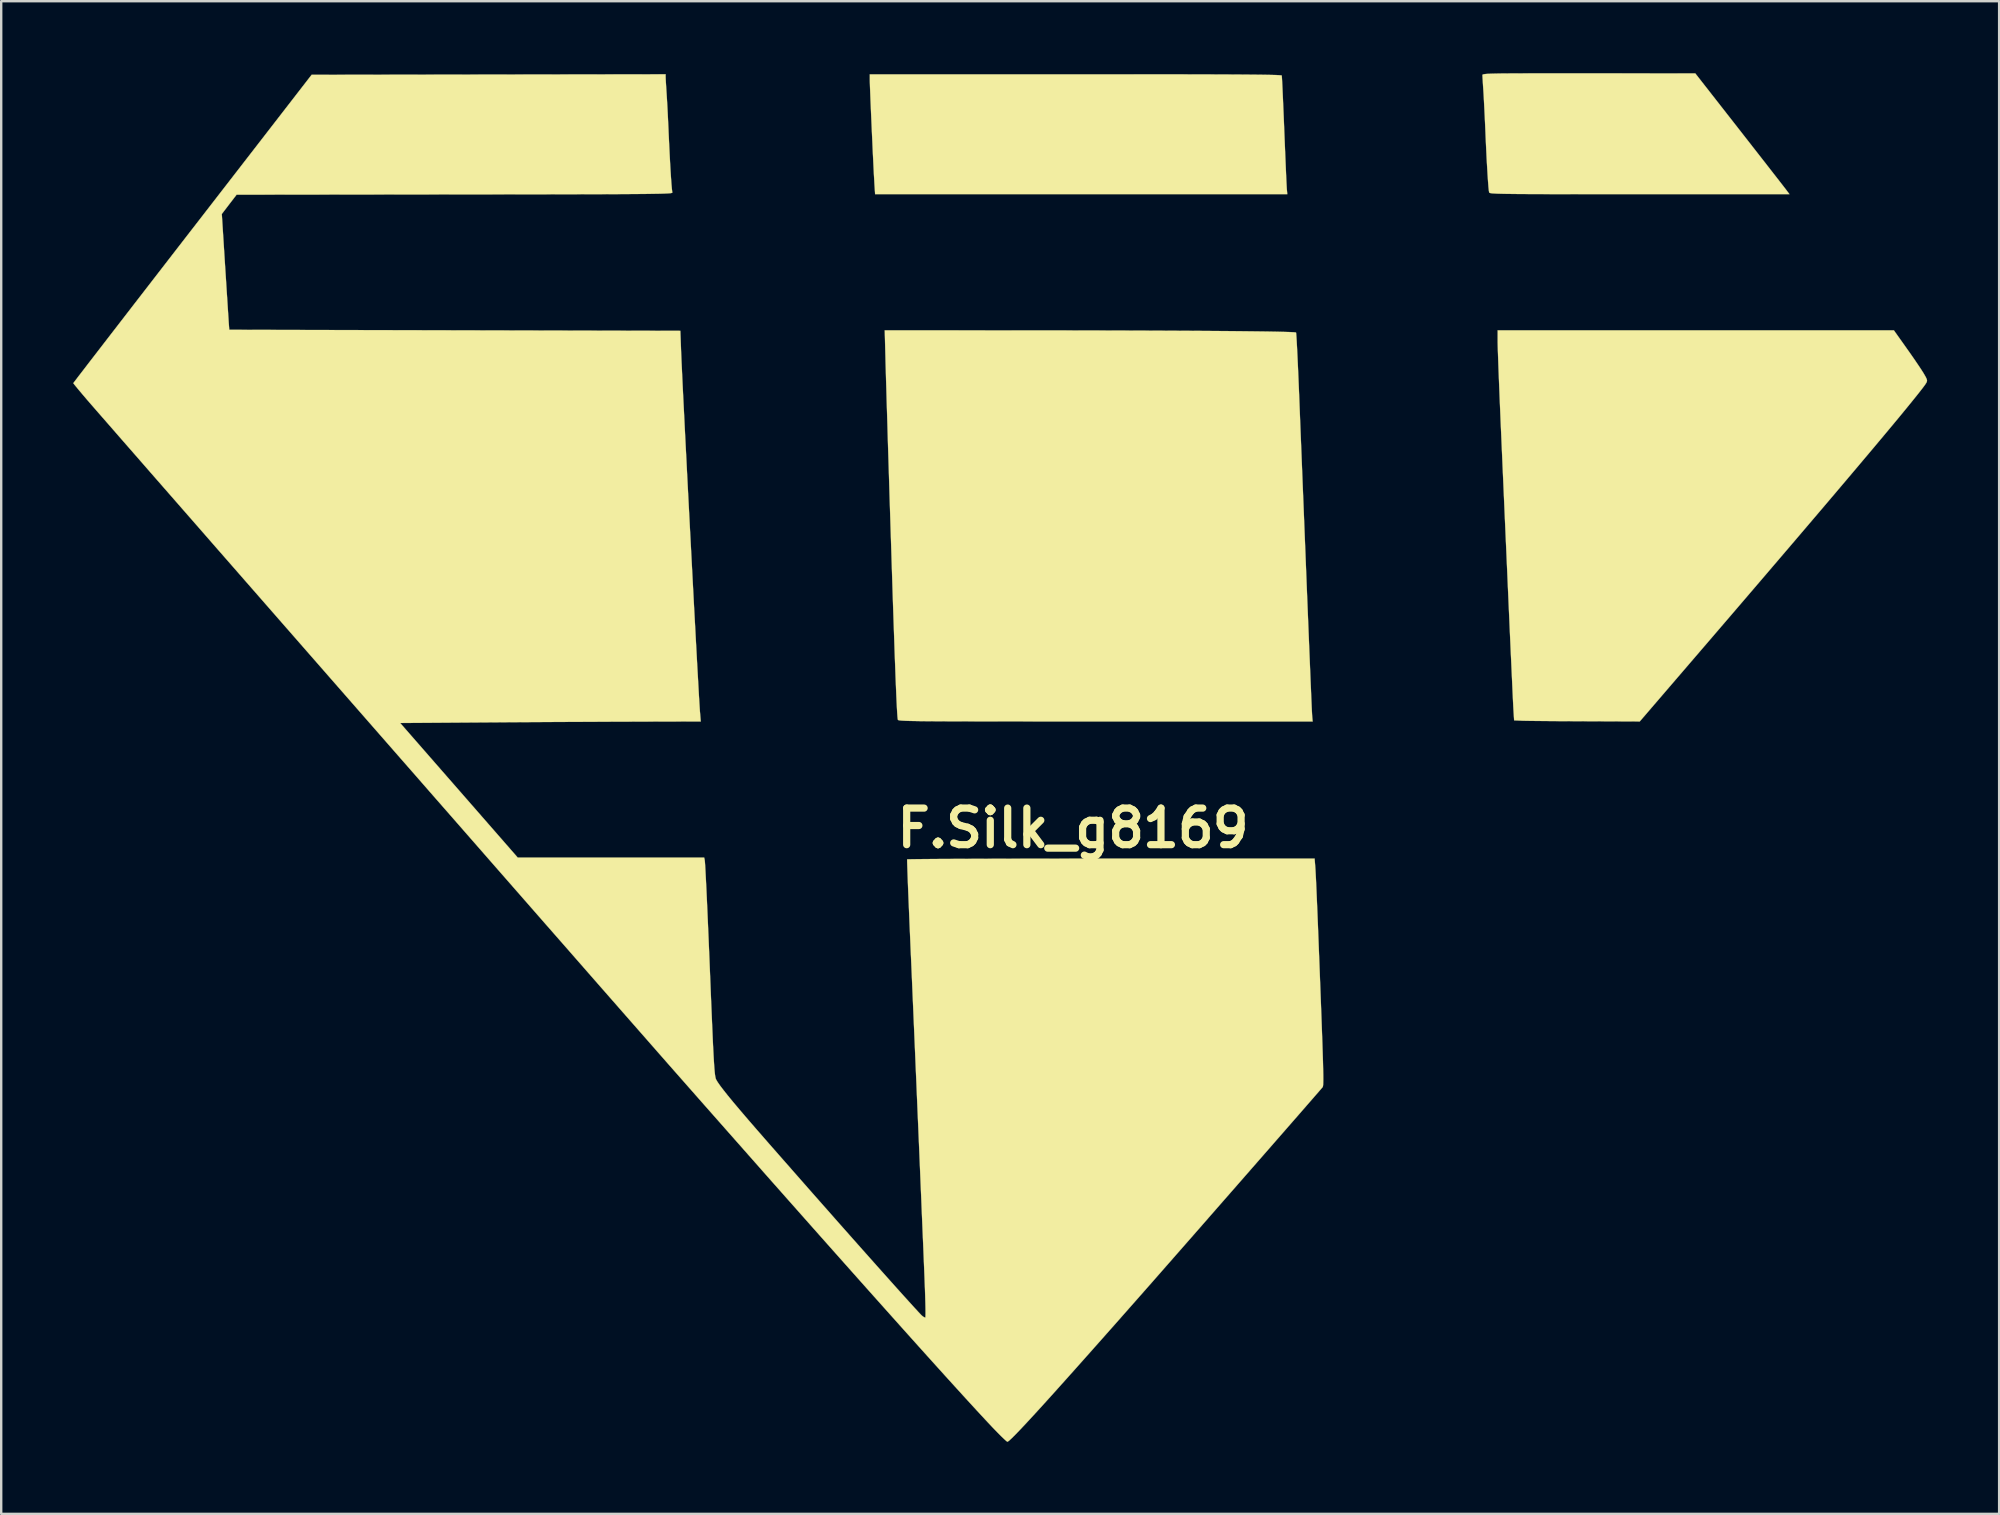
<source format=kicad_pcb>
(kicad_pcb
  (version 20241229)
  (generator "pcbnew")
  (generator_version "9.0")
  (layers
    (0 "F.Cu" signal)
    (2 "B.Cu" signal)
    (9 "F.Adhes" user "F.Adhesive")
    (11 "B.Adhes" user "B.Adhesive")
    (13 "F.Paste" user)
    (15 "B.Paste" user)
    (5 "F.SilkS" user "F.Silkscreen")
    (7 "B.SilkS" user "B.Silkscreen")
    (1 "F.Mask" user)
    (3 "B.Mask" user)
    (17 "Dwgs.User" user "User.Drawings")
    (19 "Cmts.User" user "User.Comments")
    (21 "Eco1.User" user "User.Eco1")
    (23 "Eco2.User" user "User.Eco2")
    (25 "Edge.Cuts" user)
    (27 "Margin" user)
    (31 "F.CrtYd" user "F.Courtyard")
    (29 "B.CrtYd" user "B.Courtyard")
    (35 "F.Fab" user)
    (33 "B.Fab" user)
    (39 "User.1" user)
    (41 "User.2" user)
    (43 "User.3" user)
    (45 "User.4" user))
  (footprint "F.Silk_g8169"
    (layer "F.Cu")
    (at 41.661 31.457)
    (property "Reference" "F.Silk_g8169" (at 0 0 0) (layer "F.SilkS") (effects (font (size 1.524 1.524) (thickness 0.3))))
    (attr through_hole)
    (fp_poly (pts (xy 1.145 -31.411) (xy 2.102 -31.411) (xy 2.979 -31.41) (xy 3.781 -31.41) (xy 4.51 -31.409) (xy 5.169 -31.407) (xy 5.761 -31.406) (xy 6.288 -31.404) (xy 6.755 -31.402) (xy 7.163 -31.399) (xy 7.516 -31.396) (xy 7.816 -31.393) (xy 8.067 -31.389) (xy 8.271 -31.385) (xy 8.432 -31.381) (xy 8.552 -31.376) (xy 8.634 -31.37) (xy 8.682 -31.365) (xy 8.697 -31.358) (xy 8.702 -31.307) (xy 8.71 -31.179) (xy 8.72 -30.983) (xy 8.732 -30.726) (xy 8.746 -30.416) (xy 8.761 -30.062) (xy 8.778 -29.672) (xy 8.795 -29.253) (xy 8.802 -29.062) (xy 8.82 -28.627) (xy 8.837 -28.213) (xy 8.853 -27.827) (xy 8.868 -27.479) (xy 8.881 -27.177) (xy 8.892 -26.931) (xy 8.902 -26.748) (xy 8.908 -26.638) (xy 8.91 -26.617) (xy 8.928 -26.416) (xy -8.246 -26.416) (xy -8.273 -26.829) (xy -8.282 -26.989) (xy -8.295 -27.215) (xy -8.309 -27.495) (xy -8.325 -27.818) (xy -8.342 -28.173) (xy -8.359 -28.551) (xy -8.377 -28.94) (xy -8.394 -29.329) (xy -8.411 -29.708) (xy -8.426 -30.066) (xy -8.44 -30.392) (xy -8.451 -30.676) (xy -8.46 -30.907) (xy -8.465 -31.073) (xy -8.467 -31.161) (xy -8.467 -31.411) (xy 0.107 -31.411) (xy 1.145 -31.411)) (stroke (width 0.01) (type solid)) (fill yes) (layer "F.SilkS"))
    (fp_poly (pts (xy 20.956 -31.452) (xy 21.495 -31.451) (xy 25.929 -31.449) (xy 27.75 -29.121) (xy 28.057 -28.728) (xy 28.352 -28.35) (xy 28.631 -27.993) (xy 28.888 -27.664) (xy 29.118 -27.368) (xy 29.318 -27.112) (xy 29.482 -26.901) (xy 29.607 -26.74) (xy 29.687 -26.637) (xy 29.711 -26.605) (xy 29.853 -26.416) (xy 23.608 -26.416) (xy 22.757 -26.416) (xy 21.987 -26.416) (xy 21.294 -26.416) (xy 20.674 -26.417) (xy 20.122 -26.418) (xy 19.634 -26.419) (xy 19.207 -26.42) (xy 18.837 -26.422) (xy 18.519 -26.424) (xy 18.25 -26.427) (xy 18.025 -26.43) (xy 17.841 -26.434) (xy 17.693 -26.438) (xy 17.577 -26.444) (xy 17.49 -26.449) (xy 17.427 -26.456) (xy 17.385 -26.464) (xy 17.359 -26.472) (xy 17.345 -26.481) (xy 17.34 -26.49) (xy 17.327 -26.569) (xy 17.311 -26.724) (xy 17.294 -26.947) (xy 17.275 -27.23) (xy 17.255 -27.565) (xy 17.234 -27.944) (xy 17.214 -28.358) (xy 17.194 -28.799) (xy 17.187 -28.977) (xy 17.172 -29.317) (xy 17.156 -29.669) (xy 17.139 -30.01) (xy 17.123 -30.321) (xy 17.109 -30.58) (xy 17.102 -30.692) (xy 17.087 -30.916) (xy 17.075 -31.115) (xy 17.066 -31.269) (xy 17.061 -31.364) (xy 17.061 -31.38) (xy 17.064 -31.391) (xy 17.077 -31.402) (xy 17.105 -31.411) (xy 17.152 -31.419) (xy 17.223 -31.426) (xy 17.323 -31.432) (xy 17.457 -31.437) (xy 17.629 -31.441) (xy 17.844 -31.445) (xy 18.107 -31.447) (xy 18.423 -31.449) (xy 18.796 -31.45) (xy 19.231 -31.451) (xy 19.733 -31.452) (xy 20.306 -31.452) (xy 20.956 -31.452)) (stroke (width 0.01) (type solid)) (fill yes) (layer "F.SilkS"))
    (fp_poly (pts (xy 34.737 -19.992) (xy 34.908 -19.75) (xy 35.073 -19.512) (xy 35.222 -19.292) (xy 35.345 -19.107) (xy 35.431 -18.972) (xy 35.443 -18.953) (xy 35.528 -18.805) (xy 35.574 -18.708) (xy 35.586 -18.641) (xy 35.57 -18.583) (xy 35.559 -18.562) (xy 35.5 -18.47) (xy 35.385 -18.316) (xy 35.215 -18.099) (xy 34.992 -17.821) (xy 34.716 -17.482) (xy 34.387 -17.082) (xy 34.005 -16.623) (xy 33.573 -16.106) (xy 33.089 -15.53) (xy 32.555 -14.897) (xy 31.972 -14.208) (xy 31.34 -13.463) (xy 30.659 -12.663) (xy 29.93 -11.808) (xy 29.154 -10.9) (xy 28.332 -9.939) (xy 27.463 -8.925) (xy 26.549 -7.86) (xy 26.17 -7.419) (xy 23.615 -4.445) (xy 21.343 -4.454) (xy 20.9 -4.456) (xy 20.472 -4.458) (xy 20.069 -4.46) (xy 19.7 -4.463) (xy 19.375 -4.466) (xy 19.104 -4.469) (xy 18.894 -4.472) (xy 18.756 -4.475) (xy 18.726 -4.476) (xy 18.381 -4.491) (xy 18.354 -4.923) (xy 18.347 -5.042) (xy 18.337 -5.243) (xy 18.324 -5.524) (xy 18.307 -5.888) (xy 18.287 -6.333) (xy 18.263 -6.86) (xy 18.235 -7.469) (xy 18.204 -8.161) (xy 18.17 -8.936) (xy 18.132 -9.793) (xy 18.091 -10.734) (xy 18.046 -11.758) (xy 17.997 -12.866) (xy 17.945 -14.058) (xy 17.889 -15.334) (xy 17.844 -16.377) (xy 17.82 -16.92) (xy 17.798 -17.448) (xy 17.777 -17.954) (xy 17.758 -18.43) (xy 17.741 -18.868) (xy 17.726 -19.262) (xy 17.714 -19.604) (xy 17.704 -19.886) (xy 17.698 -20.1) (xy 17.695 -20.239) (xy 17.695 -20.261) (xy 17.695 -20.743) (xy 34.204 -20.743) (xy 34.737 -19.992)) (stroke (width 0.01) (type solid)) (fill yes) (layer "F.SilkS"))
    (fp_poly (pts (xy -1.499 -20.74) (xy -0.42 -20.739) (xy 0.616 -20.737) (xy 1.607 -20.735) (xy 2.549 -20.732) (xy 3.441 -20.729) (xy 4.28 -20.725) (xy 5.063 -20.721) (xy 5.789 -20.716) (xy 6.453 -20.711) (xy 7.054 -20.705) (xy 7.59 -20.699) (xy 8.057 -20.693) (xy 8.454 -20.686) (xy 8.777 -20.678) (xy 9.024 -20.671) (xy 9.193 -20.663) (xy 9.28 -20.655) (xy 9.293 -20.651) (xy 9.299 -20.605) (xy 9.308 -20.482) (xy 9.32 -20.289) (xy 9.334 -20.033) (xy 9.349 -19.722) (xy 9.366 -19.364) (xy 9.384 -18.965) (xy 9.402 -18.533) (xy 9.421 -18.075) (xy 9.422 -18.049) (xy 9.473 -16.746) (xy 9.522 -15.525) (xy 9.567 -14.385) (xy 9.61 -13.322) (xy 9.649 -12.333) (xy 9.686 -11.418) (xy 9.719 -10.573) (xy 9.75 -9.796) (xy 9.779 -9.084) (xy 9.805 -8.436) (xy 9.829 -7.848) (xy 9.85 -7.319) (xy 9.87 -6.845) (xy 9.887 -6.426) (xy 9.902 -6.057) (xy 9.916 -5.738) (xy 9.927 -5.465) (xy 9.937 -5.236) (xy 9.945 -5.049) (xy 9.952 -4.901) (xy 9.958 -4.791) (xy 9.962 -4.714) (xy 9.965 -4.67) (xy 9.965 -4.667) (xy 9.985 -4.445) (xy 1.354 -4.445) (xy 0.348 -4.445) (xy -0.578 -4.445) (xy -1.426 -4.445) (xy -2.199 -4.446) (xy -2.901 -4.446) (xy -3.536 -4.447) (xy -4.106 -4.448) (xy -4.616 -4.449) (xy -5.069 -4.45) (xy -5.467 -4.452) (xy -5.815 -4.454) (xy -6.116 -4.456) (xy -6.374 -4.459) (xy -6.591 -4.463) (xy -6.771 -4.466) (xy -6.918 -4.47) (xy -7.034 -4.475) (xy -7.125 -4.48) (xy -7.192 -4.486) (xy -7.239 -4.492) (xy -7.27 -4.499) (xy -7.288 -4.507) (xy -7.297 -4.515) (xy -7.298 -4.519) (xy -7.306 -4.566) (xy -7.315 -4.657) (xy -7.325 -4.796) (xy -7.336 -4.985) (xy -7.348 -5.225) (xy -7.362 -5.519) (xy -7.376 -5.869) (xy -7.393 -6.277) (xy -7.41 -6.746) (xy -7.43 -7.278) (xy -7.45 -7.874) (xy -7.473 -8.538) (xy -7.498 -9.271) (xy -7.524 -10.076) (xy -7.552 -10.955) (xy -7.582 -11.909) (xy -7.615 -12.942) (xy -7.65 -14.055) (xy -7.682 -15.113) (xy -7.7 -15.674) (xy -7.717 -16.235) (xy -7.733 -16.788) (xy -7.749 -17.323) (xy -7.765 -17.831) (xy -7.778 -18.3) (xy -7.791 -18.724) (xy -7.801 -19.09) (xy -7.81 -19.391) (xy -7.815 -19.611) (xy -7.845 -20.743) (xy -1.499 -20.74)) (stroke (width 0.01) (type solid)) (fill yes) (layer "F.SilkS"))
    (fp_poly (pts (xy -16.975 -31.295) (xy -16.972 -31.21) (xy -16.964 -31.061) (xy -16.952 -30.866) (xy -16.938 -30.647) (xy -16.935 -30.607) (xy -16.922 -30.395) (xy -16.906 -30.12) (xy -16.889 -29.802) (xy -16.873 -29.464) (xy -16.857 -29.125) (xy -16.851 -28.977) (xy -16.831 -28.547) (xy -16.811 -28.134) (xy -16.791 -27.748) (xy -16.771 -27.397) (xy -16.751 -27.09) (xy -16.733 -26.837) (xy -16.716 -26.645) (xy -16.702 -26.524) (xy -16.696 -26.49) (xy -16.696 -26.482) (xy -16.705 -26.474) (xy -16.725 -26.467) (xy -16.76 -26.46) (xy -16.814 -26.454) (xy -16.889 -26.449) (xy -16.989 -26.444) (xy -17.117 -26.439) (xy -17.276 -26.435) (xy -17.47 -26.432) (xy -17.703 -26.428) (xy -17.976 -26.425) (xy -18.295 -26.423) (xy -18.661 -26.42) (xy -19.079 -26.418) (xy -19.551 -26.416) (xy -20.082 -26.415) (xy -20.674 -26.413) (xy -21.33 -26.412) (xy -22.054 -26.41) (xy -22.849 -26.409) (xy -23.719 -26.408) (xy -24.667 -26.407) (xy -25.696 -26.406) (xy -25.763 -26.406) (xy -34.852 -26.395) (xy -35.161 -25.993) (xy -35.469 -25.59) (xy -35.327 -23.347) (xy -35.299 -22.914) (xy -35.273 -22.502) (xy -35.248 -22.119) (xy -35.226 -21.775) (xy -35.207 -21.478) (xy -35.191 -21.236) (xy -35.18 -21.059) (xy -35.172 -20.954) (xy -35.171 -20.934) (xy -35.158 -20.765) (xy -16.362 -20.722) (xy -16.332 -19.897) (xy -16.324 -19.706) (xy -16.313 -19.442) (xy -16.297 -19.109) (xy -16.279 -18.714) (xy -16.257 -18.261) (xy -16.232 -17.756) (xy -16.204 -17.206) (xy -16.175 -16.615) (xy -16.143 -15.989) (xy -16.109 -15.335) (xy -16.075 -14.656) (xy -16.039 -13.96) (xy -16.002 -13.252) (xy -15.965 -12.537) (xy -15.927 -11.822) (xy -15.89 -11.111) (xy -15.853 -10.41) (xy -15.817 -9.725) (xy -15.782 -9.062) (xy -15.747 -8.426) (xy -15.715 -7.823) (xy -15.684 -7.258) (xy -15.656 -6.737) (xy -15.629 -6.266) (xy -15.606 -5.85) (xy -15.586 -5.496) (xy -15.569 -5.208) (xy -15.555 -4.992) (xy -15.546 -4.854) (xy -15.544 -4.837) (xy -15.512 -4.445) (xy -18.032 -4.439) (xy -18.485 -4.437) (xy -19.01 -4.436) (xy -19.594 -4.433) (xy -20.224 -4.43) (xy -20.887 -4.427) (xy -21.57 -4.424) (xy -22.261 -4.42) (xy -22.946 -4.416) (xy -23.614 -4.412) (xy -24.25 -4.407) (xy -24.295 -4.407) (xy -28.037 -4.381) (xy -25.587 -1.577) (xy -23.137 1.228) (xy -15.369 1.228) (xy -15.348 1.323) (xy -15.34 1.394) (xy -15.329 1.546) (xy -15.316 1.777) (xy -15.3 2.082) (xy -15.281 2.46) (xy -15.26 2.906) (xy -15.237 3.417) (xy -15.212 3.991) (xy -15.185 4.623) (xy -15.156 5.311) (xy -15.126 6.052) (xy -15.113 6.371) (xy -15.086 7.048) (xy -15.061 7.645) (xy -15.039 8.167) (xy -15.019 8.62) (xy -15.002 9.009) (xy -14.985 9.34) (xy -14.97 9.616) (xy -14.956 9.843) (xy -14.943 10.026) (xy -14.93 10.171) (xy -14.917 10.283) (xy -14.903 10.366) (xy -14.89 10.425) (xy -14.875 10.467) (xy -14.87 10.477) (xy -14.806 10.585) (xy -14.704 10.732) (xy -14.56 10.921) (xy -14.374 11.155) (xy -14.142 11.437) (xy -13.862 11.769) (xy -13.531 12.156) (xy -13.148 12.598) (xy -12.745 13.06) (xy -12.238 13.638) (xy -11.73 14.216) (xy -11.226 14.79) (xy -10.728 15.356) (xy -10.239 15.909) (xy -9.764 16.448) (xy -9.304 16.967) (xy -8.865 17.462) (xy -8.448 17.931) (xy -8.058 18.369) (xy -7.697 18.773) (xy -7.37 19.139) (xy -7.079 19.463) (xy -6.827 19.741) (xy -6.619 19.97) (xy -6.457 20.146) (xy -6.345 20.265) (xy -6.293 20.317) (xy -6.212 20.377) (xy -6.158 20.394) (xy -6.152 20.391) (xy -6.147 20.343) (xy -6.145 20.221) (xy -6.146 20.035) (xy -6.151 19.797) (xy -6.159 19.516) (xy -6.169 19.202) (xy -6.175 19.06) (xy -6.187 18.74) (xy -6.203 18.342) (xy -6.222 17.872) (xy -6.244 17.337) (xy -6.269 16.745) (xy -6.296 16.101) (xy -6.324 15.413) (xy -6.355 14.686) (xy -6.386 13.928) (xy -6.419 13.145) (xy -6.453 12.344) (xy -6.488 11.532) (xy -6.522 10.714) (xy -6.557 9.899) (xy -6.591 9.091) (xy -6.625 8.299) (xy -6.658 7.529) (xy -6.69 6.786) (xy -6.72 6.079) (xy -6.749 5.414) (xy -6.768 4.995) (xy -6.791 4.446) (xy -6.814 3.921) (xy -6.834 3.426) (xy -6.853 2.968) (xy -6.87 2.553) (xy -6.884 2.186) (xy -6.895 1.875) (xy -6.904 1.625) (xy -6.91 1.442) (xy -6.912 1.332) (xy -6.911 1.302) (xy -6.868 1.299) (xy -6.744 1.296) (xy -6.544 1.293) (xy -6.27 1.29) (xy -5.929 1.287) (xy -5.522 1.284) (xy -5.055 1.282) (xy -4.532 1.28) (xy -3.956 1.278) (xy -3.331 1.276) (xy -2.662 1.274) (xy -1.952 1.273) (xy -1.206 1.272) (xy -0.427 1.271) (xy 0.38 1.27) (xy 1.211 1.27) (xy 1.586 1.27) (xy 10.067 1.27) (xy 10.093 1.598) (xy 10.102 1.731) (xy 10.113 1.932) (xy 10.127 2.204) (xy 10.142 2.548) (xy 10.16 2.965) (xy 10.181 3.457) (xy 10.204 4.026) (xy 10.229 4.672) (xy 10.257 5.397) (xy 10.288 6.202) (xy 10.322 7.09) (xy 10.351 7.869) (xy 10.372 8.451) (xy 10.39 8.953) (xy 10.404 9.381) (xy 10.415 9.74) (xy 10.422 10.037) (xy 10.427 10.275) (xy 10.428 10.462) (xy 10.426 10.601) (xy 10.422 10.698) (xy 10.414 10.759) (xy 10.404 10.788) (xy 10.404 10.789) (xy 10.362 10.838) (xy 10.269 10.946) (xy 10.128 11.108) (xy 9.944 11.32) (xy 9.719 11.578) (xy 9.46 11.876) (xy 9.168 12.21) (xy 8.849 12.576) (xy 8.506 12.968) (xy 8.144 13.383) (xy 7.766 13.815) (xy 7.377 14.26) (xy 6.98 14.714) (xy 6.58 15.171) (xy 6.18 15.628) (xy 5.785 16.079) (xy 5.399 16.521) (xy 5.026 16.947) (xy 4.669 17.354) (xy 4.332 17.738) (xy 4.021 18.093) (xy 3.738 18.415) (xy 3.489 18.699) (xy 3.348 18.86) (xy 2.582 19.729) (xy 1.871 20.535) (xy 1.213 21.278) (xy 0.609 21.958) (xy 0.057 22.578) (xy -0.443 23.137) (xy -0.892 23.637) (xy -1.29 24.077) (xy -1.639 24.459) (xy -1.938 24.783) (xy -2.189 25.05) (xy -2.392 25.261) (xy -2.548 25.417) (xy -2.657 25.518) (xy -2.72 25.565) (xy -2.733 25.569) (xy -2.777 25.54) (xy -2.869 25.457) (xy -3 25.332) (xy -3.159 25.171) (xy -3.338 24.986) (xy -3.377 24.945) (xy -3.661 24.642) (xy -3.999 24.277) (xy -4.389 23.852) (xy -4.83 23.368) (xy -5.321 22.827) (xy -5.86 22.23) (xy -6.444 21.581) (xy -7.074 20.879) (xy -7.746 20.127) (xy -8.461 19.327) (xy -9.215 18.48) (xy -10.008 17.589) (xy -10.838 16.654) (xy -11.703 15.678) (xy -12.603 14.662) (xy -13.534 13.608) (xy -14.497 12.517) (xy -15.489 11.393) (xy -16.509 10.235) (xy -16.892 9.8) (xy -17.09 9.574) (xy -17.337 9.293) (xy -17.629 8.96) (xy -17.965 8.577) (xy -18.342 8.147) (xy -18.758 7.673) (xy -19.211 7.156) (xy -19.698 6.601) (xy -20.217 6.008) (xy -20.765 5.382) (xy -21.341 4.724) (xy -21.943 4.038) (xy -22.567 3.325) (xy -23.212 2.588) (xy -23.875 1.831) (xy -24.554 1.055) (xy -25.247 0.263) (xy -25.951 -0.542) (xy -26.665 -1.357) (xy -27.385 -2.181) (xy -28.111 -3.01) (xy -28.838 -3.841) (xy -29.566 -4.673) (xy -30.291 -5.502) (xy -31.012 -6.326) (xy -31.726 -7.142) (xy -32.431 -7.948) (xy -33.125 -8.741) (xy -33.805 -9.519) (xy -34.469 -10.278) (xy -35.115 -11.017) (xy -35.741 -11.732) (xy -36.343 -12.422) (xy -36.921 -13.083) (xy -37.471 -13.712) (xy -37.992 -14.308) (xy -38.481 -14.867) (xy -38.935 -15.388) (xy -39.353 -15.866) (xy -39.733 -16.301) (xy -40.071 -16.689) (xy -40.366 -17.027) (xy -40.616 -17.313) (xy -40.817 -17.544) (xy -40.969 -17.718) (xy -41.068 -17.833) (xy -41.095 -17.864) (xy -41.264 -18.063) (xy -41.413 -18.24) (xy -41.533 -18.385) (xy -41.616 -18.487) (xy -41.654 -18.538) (xy -41.656 -18.542) (xy -41.63 -18.577) (xy -41.555 -18.675) (xy -41.434 -18.835) (xy -41.267 -19.051) (xy -41.06 -19.322) (xy -40.812 -19.643) (xy -40.528 -20.011) (xy -40.21 -20.424) (xy -39.86 -20.877) (xy -39.481 -21.368) (xy -39.075 -21.894) (xy -38.644 -22.451) (xy -38.192 -23.036) (xy -37.721 -23.645) (xy -37.233 -24.276) (xy -36.731 -24.925) (xy -36.69 -24.977) (xy -31.726 -31.39) (xy -24.351 -31.401) (xy -16.976 -31.412) (xy -16.975 -31.295)) (stroke (width 0.01) (type solid)) (fill yes) (layer "F.SilkS")))
  (gr_rect
    (start -3 -3)
    (end 80.251 60.031)
    (stroke (width 0.1) (type default))
    (fill no)
    (layer "Edge.Cuts")))
</source>
